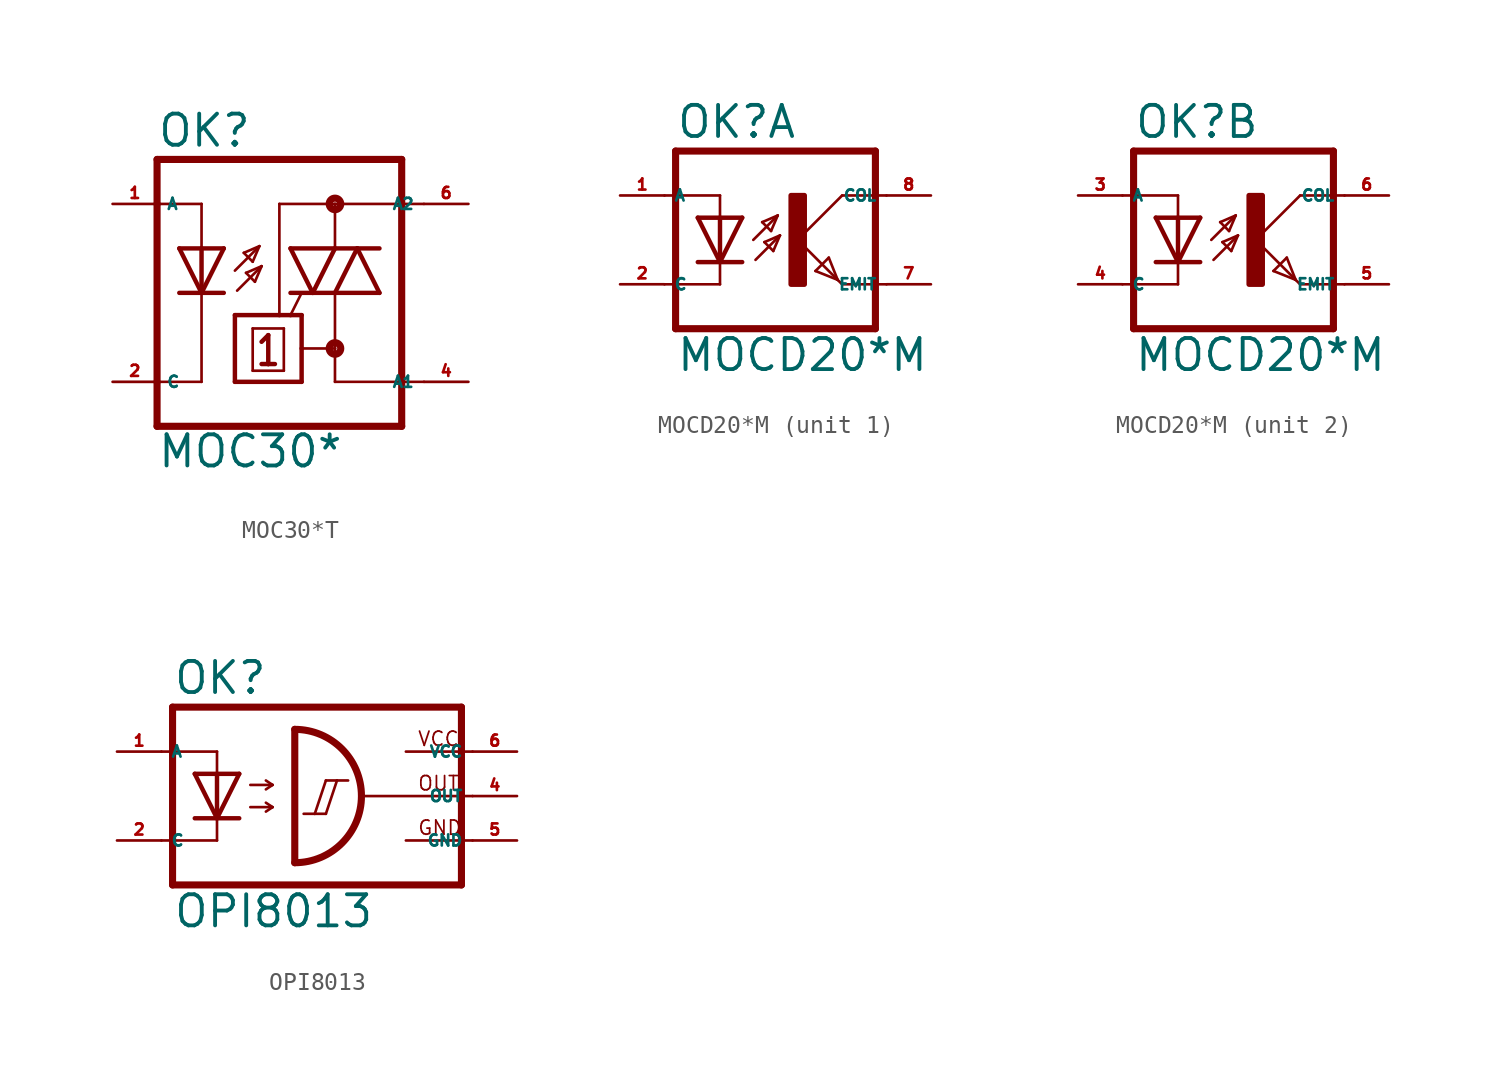
<source format=kicad_sym>
(kicad_symbol_lib
  (version 20220914)
  (generator kicad_symbol_editor)
  (symbol "MOC30*T"
    (property "Reference" "OK"
      (at -7.645 8.23 0)
      (effects (font (size 1.778 1.778) (thickness 0.22)) (justify left bottom)))
    (property "Value" "MOC30*"
      (at -7.645 -10.084 0)
      (effects (font (size 1.778 1.778) (thickness 0.22)) (justify left bottom)))
    (symbol "MOC30*T_1_1"
      (polyline (pts (xy -7.62 -7.62) (xy 6.35 -7.62)) (stroke (width 0.406) (type default)) (fill (type none)))
      (polyline (pts (xy -7.62 -5.08) (xy -7.62 -7.62)) (stroke (width 0.406) (type default)) (fill (type none)))
      (polyline (pts (xy -7.62 5.08) (xy -7.62 -5.08)) (stroke (width 0.406) (type default)) (fill (type none)))
      (polyline (pts (xy -7.62 7.62) (xy -7.62 5.08)) (stroke (width 0.406) (type default)) (fill (type none)))
      (polyline (pts (xy -7.62 7.62) (xy 6.35 7.62)) (stroke (width 0.406) (type default)) (fill (type none)))
      (polyline (pts (xy -5.08 -5.08) (xy -7.62 -5.08)) (stroke (width 0.152) (type default)) (fill (type none)))
      (polyline (pts (xy -5.08 0) (xy -6.35 0)) (stroke (width 0.254) (type default)) (fill (type none)))
      (polyline (pts (xy -5.08 0) (xy -6.35 2.54)) (stroke (width 0.254) (type default)) (fill (type none)))
      (polyline (pts (xy -5.08 0) (xy -5.08 -5.08)) (stroke (width 0.152) (type default)) (fill (type none)))
      (polyline (pts (xy -5.08 2.54) (xy -6.35 2.54)) (stroke (width 0.254) (type default)) (fill (type none)))
      (polyline (pts (xy -5.08 2.54) (xy -5.08 0)) (stroke (width 0.254) (type default)) (fill (type none)))
      (polyline (pts (xy -5.08 5.08) (xy -7.62 5.08)) (stroke (width 0.152) (type default)) (fill (type none)))
      (polyline (pts (xy -5.08 5.08) (xy -5.08 2.54)) (stroke (width 0.152) (type default)) (fill (type none)))
      (polyline (pts (xy -3.81 0) (xy -5.08 0)) (stroke (width 0.254) (type default)) (fill (type none)))
      (polyline (pts (xy -3.81 2.54) (xy -5.08 0)) (stroke (width 0.254) (type default)) (fill (type none)))
      (polyline (pts (xy -3.81 2.54) (xy -5.08 2.54)) (stroke (width 0.254) (type default)) (fill (type none)))
      (polyline (pts (xy -3.175 -5.08) (xy -3.175 -1.27)) (stroke (width 0.254) (type default)) (fill (type none)))
      (polyline (pts (xy -3.175 -1.27) (xy -0.635 -1.27)) (stroke (width 0.254) (type default)) (fill (type none)))
      (polyline (pts (xy -3.175 1.27) (xy -1.778 2.667)) (stroke (width 0.152) (type default)) (fill (type none)))
      (polyline (pts (xy -3.048 0.127) (xy -1.651 1.524)) (stroke (width 0.152) (type default)) (fill (type none)))
      (polyline (pts (xy -2.667 2.286) (xy -2.159 1.778)) (stroke (width 0.152) (type default)) (fill (type none)))
      (polyline (pts (xy -2.54 1.143) (xy -2.032 0.635)) (stroke (width 0.152) (type default)) (fill (type none)))
      (polyline (pts (xy -2.159 -4.445) (xy -0.381 -4.445)) (stroke (width 0.152) (type default)) (fill (type none)))
      (polyline (pts (xy -2.159 -2.032) (xy -2.159 -4.445)) (stroke (width 0.152) (type default)) (fill (type none)))
      (polyline (pts (xy -2.159 1.778) (xy -1.778 2.667)) (stroke (width 0.152) (type default)) (fill (type none)))
      (polyline (pts (xy -2.032 0.635) (xy -1.651 1.524)) (stroke (width 0.152) (type default)) (fill (type none)))
      (polyline (pts (xy -1.778 2.667) (xy -2.667 2.286)) (stroke (width 0.152) (type default)) (fill (type none)))
      (polyline (pts (xy -1.651 -4.064) (xy -1.27 -4.064)) (stroke (width 0.254) (type default)) (fill (type none)))
      (polyline (pts (xy -1.651 1.524) (xy -2.54 1.143)) (stroke (width 0.152) (type default)) (fill (type none)))
      (polyline (pts (xy -1.27 -4.064) (xy -1.27 -2.413)) (stroke (width 0.254) (type default)) (fill (type none)))
      (polyline (pts (xy -1.27 -4.064) (xy -0.889 -4.064)) (stroke (width 0.254) (type default)) (fill (type none)))
      (polyline (pts (xy -1.27 -2.413) (xy -1.651 -2.794)) (stroke (width 0.254) (type default)) (fill (type none)))
      (polyline (pts (xy -0.635 -1.27) (xy 0 -1.27)) (stroke (width 0.254) (type default)) (fill (type none)))
      (polyline (pts (xy -0.635 5.08) (xy -0.635 -1.27)) (stroke (width 0.152) (type default)) (fill (type none)))
      (polyline (pts (xy -0.381 -4.445) (xy -0.381 -2.032)) (stroke (width 0.152) (type default)) (fill (type none)))
      (polyline (pts (xy -0.381 -2.032) (xy -2.159 -2.032)) (stroke (width 0.152) (type default)) (fill (type none)))
      (polyline (pts (xy 0 -1.27) (xy 0.635 -1.27)) (stroke (width 0.254) (type default)) (fill (type none)))
      (polyline (pts (xy 0.635 -5.08) (xy -3.175 -5.08)) (stroke (width 0.254) (type default)) (fill (type none)))
      (polyline (pts (xy 0.635 -3.175) (xy 0.635 -5.08)) (stroke (width 0.254) (type default)) (fill (type none)))
      (polyline (pts (xy 0.635 -3.175) (xy 2.54 -3.175)) (stroke (width 0.152) (type default)) (fill (type none)))
      (polyline (pts (xy 0.635 -1.27) (xy 0.635 -3.175)) (stroke (width 0.254) (type default)) (fill (type none)))
      (polyline (pts (xy 0.635 0) (xy 0 -1.27)) (stroke (width 0.152) (type default)) (fill (type none)))
      (polyline (pts (xy 1.27 0) (xy 0 0)) (stroke (width 0.254) (type default)) (fill (type none)))
      (polyline (pts (xy 1.27 0) (xy 0 2.54)) (stroke (width 0.254) (type default)) (fill (type none)))
      (polyline (pts (xy 2.54 -5.08) (xy 7.62 -5.08)) (stroke (width 0.152) (type default)) (fill (type none)))
      (polyline (pts (xy 2.54 -3.175) (xy 2.54 -5.08)) (stroke (width 0.152) (type default)) (fill (type none)))
      (polyline (pts (xy 2.54 -3.175) (xy 2.54 0)) (stroke (width 0.152) (type default)) (fill (type none)))
      (polyline (pts (xy 2.54 0) (xy 1.27 0)) (stroke (width 0.254) (type default)) (fill (type none)))
      (polyline (pts (xy 2.54 0) (xy 3.81 2.54)) (stroke (width 0.254) (type default)) (fill (type none)))
      (polyline (pts (xy 2.54 0) (xy 5.08 0)) (stroke (width 0.254) (type default)) (fill (type none)))
      (polyline (pts (xy 2.54 2.54) (xy 0 2.54)) (stroke (width 0.254) (type default)) (fill (type none)))
      (polyline (pts (xy 2.54 2.54) (xy 1.27 0)) (stroke (width 0.254) (type default)) (fill (type none)))
      (polyline (pts (xy 2.54 2.54) (xy 2.54 5.08)) (stroke (width 0.152) (type default)) (fill (type none)))
      (polyline (pts (xy 2.54 2.54) (xy 3.81 2.54)) (stroke (width 0.254) (type default)) (fill (type none)))
      (polyline (pts (xy 2.54 5.08) (xy -0.635 5.08)) (stroke (width 0.152) (type default)) (fill (type none)))
      (polyline (pts (xy 2.54 5.08) (xy 7.62 5.08)) (stroke (width 0.152) (type default)) (fill (type none)))
      (polyline (pts (xy 3.81 2.54) (xy 5.08 0)) (stroke (width 0.254) (type default)) (fill (type none)))
      (polyline (pts (xy 3.81 2.54) (xy 5.08 2.54)) (stroke (width 0.254) (type default)) (fill (type none)))
      (polyline (pts (xy 6.35 7.62) (xy 6.35 -7.62)) (stroke (width 0.406) (type default)) (fill (type none)))
      (circle (center 2.54 -3.175) (radius 0.127) (stroke (width 0.406) (type default)) (fill (type none)))
      (circle (center 2.54 5.08) (radius 0.127) (stroke (width 0.406) (type default)) (fill (type none)))
      (pin passive line (at -10.16 5.08 0) (length 2.54) (name "A" (effects (font (size 0.635 0.635)))) (number "1" (effects (font (size 0.635 0.635)))))
      (pin passive line (at -10.16 -5.08 0) (length 2.54) (name "C" (effects (font (size 0.635 0.635)))) (number "2" (effects (font (size 0.635 0.635)))))
      (pin passive line (at 10.16 -5.08 180) (length 2.54) (name "A1" (effects (font (size 0.635 0.635)))) (number "4" (effects (font (size 0.635 0.635)))))
      (pin passive line (at 10.16 5.08 180) (length 2.54) (name "A2" (effects (font (size 0.635 0.635)))) (number "6" (effects (font (size 0.635 0.635)))))))
  (symbol "MOCD20*M"
    (property "Reference" "OK"
      (at -6.985 5.715 0)
      (effects (font (size 1.778 1.778) (thickness 0.22)) (justify left bottom)))
    (property "Value" "MOCD20*M"
      (at -6.985 -7.62 0)
      (effects (font (size 1.778 1.778) (thickness 0.22)) (justify left bottom)))
    (symbol "MOCD20*M_1_0"
      (rectangle (start -0.381 -2.54) (end 0.381 2.54) (stroke (width 0.3) (type default)) (fill (type outline)))
      (polyline (pts (xy -6.985 -5.08) (xy 4.445 -5.08)) (stroke (width 0.406) (type default)) (fill (type none)))
      (polyline (pts (xy -6.985 5.08) (xy -6.985 -5.08)) (stroke (width 0.406) (type default)) (fill (type none)))
      (polyline (pts (xy -6.985 5.08) (xy 4.445 5.08)) (stroke (width 0.406) (type default)) (fill (type none)))
      (polyline (pts (xy -4.445 -2.54) (xy -7.62 -2.54)) (stroke (width 0.152) (type default)) (fill (type none)))
      (polyline (pts (xy -4.445 -1.27) (xy -5.715 -1.27)) (stroke (width 0.254) (type default)) (fill (type none)))
      (polyline (pts (xy -4.445 -1.27) (xy -5.715 1.27)) (stroke (width 0.254) (type default)) (fill (type none)))
      (polyline (pts (xy -4.445 -1.27) (xy -4.445 -2.54)) (stroke (width 0.152) (type default)) (fill (type none)))
      (polyline (pts (xy -4.445 1.27) (xy -5.715 1.27)) (stroke (width 0.254) (type default)) (fill (type none)))
      (polyline (pts (xy -4.445 1.27) (xy -4.445 -1.27)) (stroke (width 0.254) (type default)) (fill (type none)))
      (polyline (pts (xy -4.445 2.54) (xy -7.62 2.54)) (stroke (width 0.152) (type default)) (fill (type none)))
      (polyline (pts (xy -4.445 2.54) (xy -4.445 1.27)) (stroke (width 0.152) (type default)) (fill (type none)))
      (polyline (pts (xy -3.175 -1.27) (xy -4.445 -1.27)) (stroke (width 0.254) (type default)) (fill (type none)))
      (polyline (pts (xy -3.175 1.27) (xy -4.445 -1.27)) (stroke (width 0.254) (type default)) (fill (type none)))
      (polyline (pts (xy -3.175 1.27) (xy -4.445 1.27)) (stroke (width 0.254) (type default)) (fill (type none)))
      (polyline (pts (xy -2.54 0) (xy -1.143 1.397)) (stroke (width 0.152) (type default)) (fill (type none)))
      (polyline (pts (xy -2.413 -1.143) (xy -1.016 0.254)) (stroke (width 0.152) (type default)) (fill (type none)))
      (polyline (pts (xy -2.032 1.016) (xy -1.524 0.508)) (stroke (width 0.152) (type default)) (fill (type none)))
      (polyline (pts (xy -1.905 -0.127) (xy -1.397 -0.635)) (stroke (width 0.152) (type default)) (fill (type none)))
      (polyline (pts (xy -1.524 0.508) (xy -1.143 1.397)) (stroke (width 0.152) (type default)) (fill (type none)))
      (polyline (pts (xy -1.397 -0.635) (xy -1.016 0.254)) (stroke (width 0.152) (type default)) (fill (type none)))
      (polyline (pts (xy -1.143 1.397) (xy -2.032 1.016)) (stroke (width 0.152) (type default)) (fill (type none)))
      (polyline (pts (xy -1.016 0.254) (xy -1.905 -0.127)) (stroke (width 0.152) (type default)) (fill (type none)))
      (polyline (pts (xy 0 0) (xy 2.286 -2.286)) (stroke (width 0.152) (type default)) (fill (type none)))
      (polyline (pts (xy 1.016 -1.778) (xy 1.778 -1.016)) (stroke (width 0.152) (type default)) (fill (type none)))
      (polyline (pts (xy 1.778 -1.016) (xy 2.286 -2.286)) (stroke (width 0.152) (type default)) (fill (type none)))
      (polyline (pts (xy 2.286 -2.286) (xy 1.016 -1.778)) (stroke (width 0.152) (type default)) (fill (type none)))
      (polyline (pts (xy 2.286 -2.286) (xy 2.54 -2.54)) (stroke (width 0.152) (type default)) (fill (type none)))
      (polyline (pts (xy 2.54 -2.54) (xy 5.08 -2.54)) (stroke (width 0.152) (type default)) (fill (type none)))
      (polyline (pts (xy 2.54 2.54) (xy 0 0)) (stroke (width 0.152) (type default)) (fill (type none)))
      (polyline (pts (xy 2.54 2.54) (xy 5.08 2.54)) (stroke (width 0.152) (type default)) (fill (type none)))
      (polyline (pts (xy 4.445 5.08) (xy 4.445 -5.08)) (stroke (width 0.406) (type default)) (fill (type none)))
      (pin passive line (at -10.16 2.54 0) (length 2.54) (name "A" (effects (font (size 0.635 0.635)))) (number "1" (effects (font (size 0.635 0.635)))))
      (pin passive line (at -10.16 -2.54 0) (length 2.54) (name "C" (effects (font (size 0.635 0.635)))) (number "2" (effects (font (size 0.635 0.635)))))
      (pin passive line (at 7.62 -2.54 180) (length 2.54) (name "EMIT" (effects (font (size 0.635 0.635)))) (number "7" (effects (font (size 0.635 0.635)))))
      (pin passive line (at 7.62 2.54 180) (length 2.54) (name "COL" (effects (font (size 0.635 0.635)))) (number "8" (effects (font (size 0.635 0.635))))))
    (symbol "MOCD20*M_2_0"
      (rectangle (start -0.381 -2.54) (end 0.381 2.54) (stroke (width 0.3) (type default)) (fill (type outline)))
      (polyline (pts (xy -6.985 -5.08) (xy 4.445 -5.08)) (stroke (width 0.406) (type default)) (fill (type none)))
      (polyline (pts (xy -6.985 5.08) (xy -6.985 -5.08)) (stroke (width 0.406) (type default)) (fill (type none)))
      (polyline (pts (xy -6.985 5.08) (xy 4.445 5.08)) (stroke (width 0.406) (type default)) (fill (type none)))
      (polyline (pts (xy -4.445 -2.54) (xy -7.62 -2.54)) (stroke (width 0.152) (type default)) (fill (type none)))
      (polyline (pts (xy -4.445 -1.27) (xy -5.715 -1.27)) (stroke (width 0.254) (type default)) (fill (type none)))
      (polyline (pts (xy -4.445 -1.27) (xy -5.715 1.27)) (stroke (width 0.254) (type default)) (fill (type none)))
      (polyline (pts (xy -4.445 -1.27) (xy -4.445 -2.54)) (stroke (width 0.152) (type default)) (fill (type none)))
      (polyline (pts (xy -4.445 1.27) (xy -5.715 1.27)) (stroke (width 0.254) (type default)) (fill (type none)))
      (polyline (pts (xy -4.445 1.27) (xy -4.445 -1.27)) (stroke (width 0.254) (type default)) (fill (type none)))
      (polyline (pts (xy -4.445 2.54) (xy -7.62 2.54)) (stroke (width 0.152) (type default)) (fill (type none)))
      (polyline (pts (xy -4.445 2.54) (xy -4.445 1.27)) (stroke (width 0.152) (type default)) (fill (type none)))
      (polyline (pts (xy -3.175 -1.27) (xy -4.445 -1.27)) (stroke (width 0.254) (type default)) (fill (type none)))
      (polyline (pts (xy -3.175 1.27) (xy -4.445 -1.27)) (stroke (width 0.254) (type default)) (fill (type none)))
      (polyline (pts (xy -3.175 1.27) (xy -4.445 1.27)) (stroke (width 0.254) (type default)) (fill (type none)))
      (polyline (pts (xy -2.54 0) (xy -1.143 1.397)) (stroke (width 0.152) (type default)) (fill (type none)))
      (polyline (pts (xy -2.413 -1.143) (xy -1.016 0.254)) (stroke (width 0.152) (type default)) (fill (type none)))
      (polyline (pts (xy -2.032 1.016) (xy -1.524 0.508)) (stroke (width 0.152) (type default)) (fill (type none)))
      (polyline (pts (xy -1.905 -0.127) (xy -1.397 -0.635)) (stroke (width 0.152) (type default)) (fill (type none)))
      (polyline (pts (xy -1.524 0.508) (xy -1.143 1.397)) (stroke (width 0.152) (type default)) (fill (type none)))
      (polyline (pts (xy -1.397 -0.635) (xy -1.016 0.254)) (stroke (width 0.152) (type default)) (fill (type none)))
      (polyline (pts (xy -1.143 1.397) (xy -2.032 1.016)) (stroke (width 0.152) (type default)) (fill (type none)))
      (polyline (pts (xy -1.016 0.254) (xy -1.905 -0.127)) (stroke (width 0.152) (type default)) (fill (type none)))
      (polyline (pts (xy 0 0) (xy 2.286 -2.286)) (stroke (width 0.152) (type default)) (fill (type none)))
      (polyline (pts (xy 1.016 -1.778) (xy 1.778 -1.016)) (stroke (width 0.152) (type default)) (fill (type none)))
      (polyline (pts (xy 1.778 -1.016) (xy 2.286 -2.286)) (stroke (width 0.152) (type default)) (fill (type none)))
      (polyline (pts (xy 2.286 -2.286) (xy 1.016 -1.778)) (stroke (width 0.152) (type default)) (fill (type none)))
      (polyline (pts (xy 2.286 -2.286) (xy 2.54 -2.54)) (stroke (width 0.152) (type default)) (fill (type none)))
      (polyline (pts (xy 2.54 -2.54) (xy 5.08 -2.54)) (stroke (width 0.152) (type default)) (fill (type none)))
      (polyline (pts (xy 2.54 2.54) (xy 0 0)) (stroke (width 0.152) (type default)) (fill (type none)))
      (polyline (pts (xy 2.54 2.54) (xy 5.08 2.54)) (stroke (width 0.152) (type default)) (fill (type none)))
      (polyline (pts (xy 4.445 5.08) (xy 4.445 -5.08)) (stroke (width 0.406) (type default)) (fill (type none)))
      (pin passive line (at -10.16 2.54 0) (length 2.54) (name "A" (effects (font (size 0.635 0.635)))) (number "3" (effects (font (size 0.635 0.635)))))
      (pin passive line (at -10.16 -2.54 0) (length 2.54) (name "C" (effects (font (size 0.635 0.635)))) (number "4" (effects (font (size 0.635 0.635)))))
      (pin passive line (at 7.62 -2.54 180) (length 2.54) (name "EMIT" (effects (font (size 0.635 0.635)))) (number "5" (effects (font (size 0.635 0.635)))))
      (pin passive line (at 7.62 2.54 180) (length 2.54) (name "COL" (effects (font (size 0.635 0.635)))) (number "6" (effects (font (size 0.635 0.635)))))))
  (symbol "OPI8013"
    (property "Reference" "OK"
      (at -9.525 5.715 0)
      (effects (font (size 1.778 1.778) (thickness 0.22)) (justify left bottom)))
    (property "Value" "OPI8013"
      (at -9.525 -7.62 0)
      (effects (font (size 1.778 1.778) (thickness 0.22)) (justify left bottom)))
    (symbol "OPI8013_1_1"
      (arc (start -2.54 -3.81) (mid 1.2534 0) (end -2.54 3.81) (stroke (width 0.4064) (type default)) (fill (type none)))
      (polyline (pts (xy -10.16 -2.54) (xy -6.985 -2.54)) (stroke (width 0.152) (type default)) (fill (type none)))
      (polyline (pts (xy -10.16 2.54) (xy -6.985 2.54)) (stroke (width 0.152) (type default)) (fill (type none)))
      (polyline (pts (xy -9.525 5.08) (xy -9.525 -5.08)) (stroke (width 0.406) (type default)) (fill (type none)))
      (polyline (pts (xy -6.985 -2.54) (xy -6.985 -1.27)) (stroke (width 0.152) (type default)) (fill (type none)))
      (polyline (pts (xy -6.985 -1.27) (xy -8.255 -1.27)) (stroke (width 0.254) (type default)) (fill (type none)))
      (polyline (pts (xy -6.985 -1.27) (xy -8.255 1.27)) (stroke (width 0.254) (type default)) (fill (type none)))
      (polyline (pts (xy -6.985 1.27) (xy -8.255 1.27)) (stroke (width 0.254) (type default)) (fill (type none)))
      (polyline (pts (xy -6.985 1.27) (xy -6.985 -1.27)) (stroke (width 0.254) (type default)) (fill (type none)))
      (polyline (pts (xy -6.985 1.27) (xy -6.985 2.54)) (stroke (width 0.152) (type default)) (fill (type none)))
      (polyline (pts (xy -5.715 -1.27) (xy -6.985 -1.27)) (stroke (width 0.254) (type default)) (fill (type none)))
      (polyline (pts (xy -5.715 1.27) (xy -6.985 -1.27)) (stroke (width 0.254) (type default)) (fill (type none)))
      (polyline (pts (xy -5.715 1.27) (xy -6.985 1.27)) (stroke (width 0.254) (type default)) (fill (type none)))
      (polyline (pts (xy -5.08 -0.635) (xy -3.81 -0.635)) (stroke (width 0.152) (type default)) (fill (type none)))
      (polyline (pts (xy -5.08 0.635) (xy -3.81 0.635)) (stroke (width 0.152) (type default)) (fill (type none)))
      (polyline (pts (xy -3.81 -0.635) (xy -4.191 -0.889)) (stroke (width 0.152) (type default)) (fill (type none)))
      (polyline (pts (xy -3.81 -0.635) (xy -4.191 -0.381)) (stroke (width 0.152) (type default)) (fill (type none)))
      (polyline (pts (xy -3.81 0.635) (xy -4.191 0.381)) (stroke (width 0.152) (type default)) (fill (type none)))
      (polyline (pts (xy -3.81 0.635) (xy -4.191 0.889)) (stroke (width 0.152) (type default)) (fill (type none)))
      (polyline (pts (xy -2.54 3.81) (xy -2.54 -3.81)) (stroke (width 0.406) (type default)) (fill (type none)))
      (polyline (pts (xy -2.032 -1.016) (xy -1.397 -1.016)) (stroke (width 0.152) (type default)) (fill (type none)))
      (polyline (pts (xy -1.397 -1.016) (xy -0.762 -1.016)) (stroke (width 0.152) (type default)) (fill (type none)))
      (polyline (pts (xy -1.397 -1.016) (xy -0.762 0.889)) (stroke (width 0.152) (type default)) (fill (type none)))
      (polyline (pts (xy -0.762 -1.016) (xy -0.127 0.889)) (stroke (width 0.152) (type default)) (fill (type none)))
      (polyline (pts (xy -0.762 0.889) (xy -0.127 0.889)) (stroke (width 0.152) (type default)) (fill (type none)))
      (polyline (pts (xy -0.127 0.889) (xy 0.508 0.889)) (stroke (width 0.152) (type default)) (fill (type none)))
      (polyline (pts (xy 1.397 0) (xy 7.62 0)) (stroke (width 0.152) (type default)) (fill (type none)))
      (polyline (pts (xy 3.81 -2.54) (xy 7.62 -2.54)) (stroke (width 0.152) (type default)) (fill (type none)))
      (polyline (pts (xy 3.81 2.54) (xy 7.62 2.54)) (stroke (width 0.152) (type default)) (fill (type none)))
      (polyline (pts (xy 6.985 -5.08) (xy -9.525 -5.08)) (stroke (width 0.406) (type default)) (fill (type none)))
      (polyline (pts (xy 6.985 5.08) (xy -9.525 5.08)) (stroke (width 0.406) (type default)) (fill (type none)))
      (polyline (pts (xy 6.985 5.08) (xy 6.985 -5.08)) (stroke (width 0.406) (type default)) (fill (type none)))
      (text "GND" (at 4.445 -2.286 0) (effects (font (size 0.813 0.813) (thickness 0.1)) (justify left bottom)))
      (text "OUT" (at 4.445 0.254 0) (effects (font (size 0.813 0.813) (thickness 0.1)) (justify left bottom)))
      (text "VCC" (at 4.445 2.794 0) (effects (font (size 0.813 0.813) (thickness 0.1)) (justify left bottom)))
      (pin passive line (at -12.7 2.54 0) (length 2.54) (name "A" (effects (font (size 0.635 0.635)))) (number "1" (effects (font (size 0.635 0.635)))))
      (pin passive line (at -12.7 -2.54 0) (length 2.54) (name "C" (effects (font (size 0.635 0.635)))) (number "2" (effects (font (size 0.635 0.635)))))
      (pin passive line (at 10.16 0 180) (length 2.54) (name "OUT" (effects (font (size 0.635 0.635)))) (number "4" (effects (font (size 0.635 0.635)))))
      (pin passive line (at 10.16 -2.54 180) (length 2.54) (name "GND" (effects (font (size 0.635 0.635)))) (number "5" (effects (font (size 0.635 0.635)))))
      (pin passive line (at 10.16 2.54 180) (length 2.54) (name "VCC" (effects (font (size 0.635 0.635)))) (number "6" (effects (font (size 0.635 0.635))))))))
</source>
